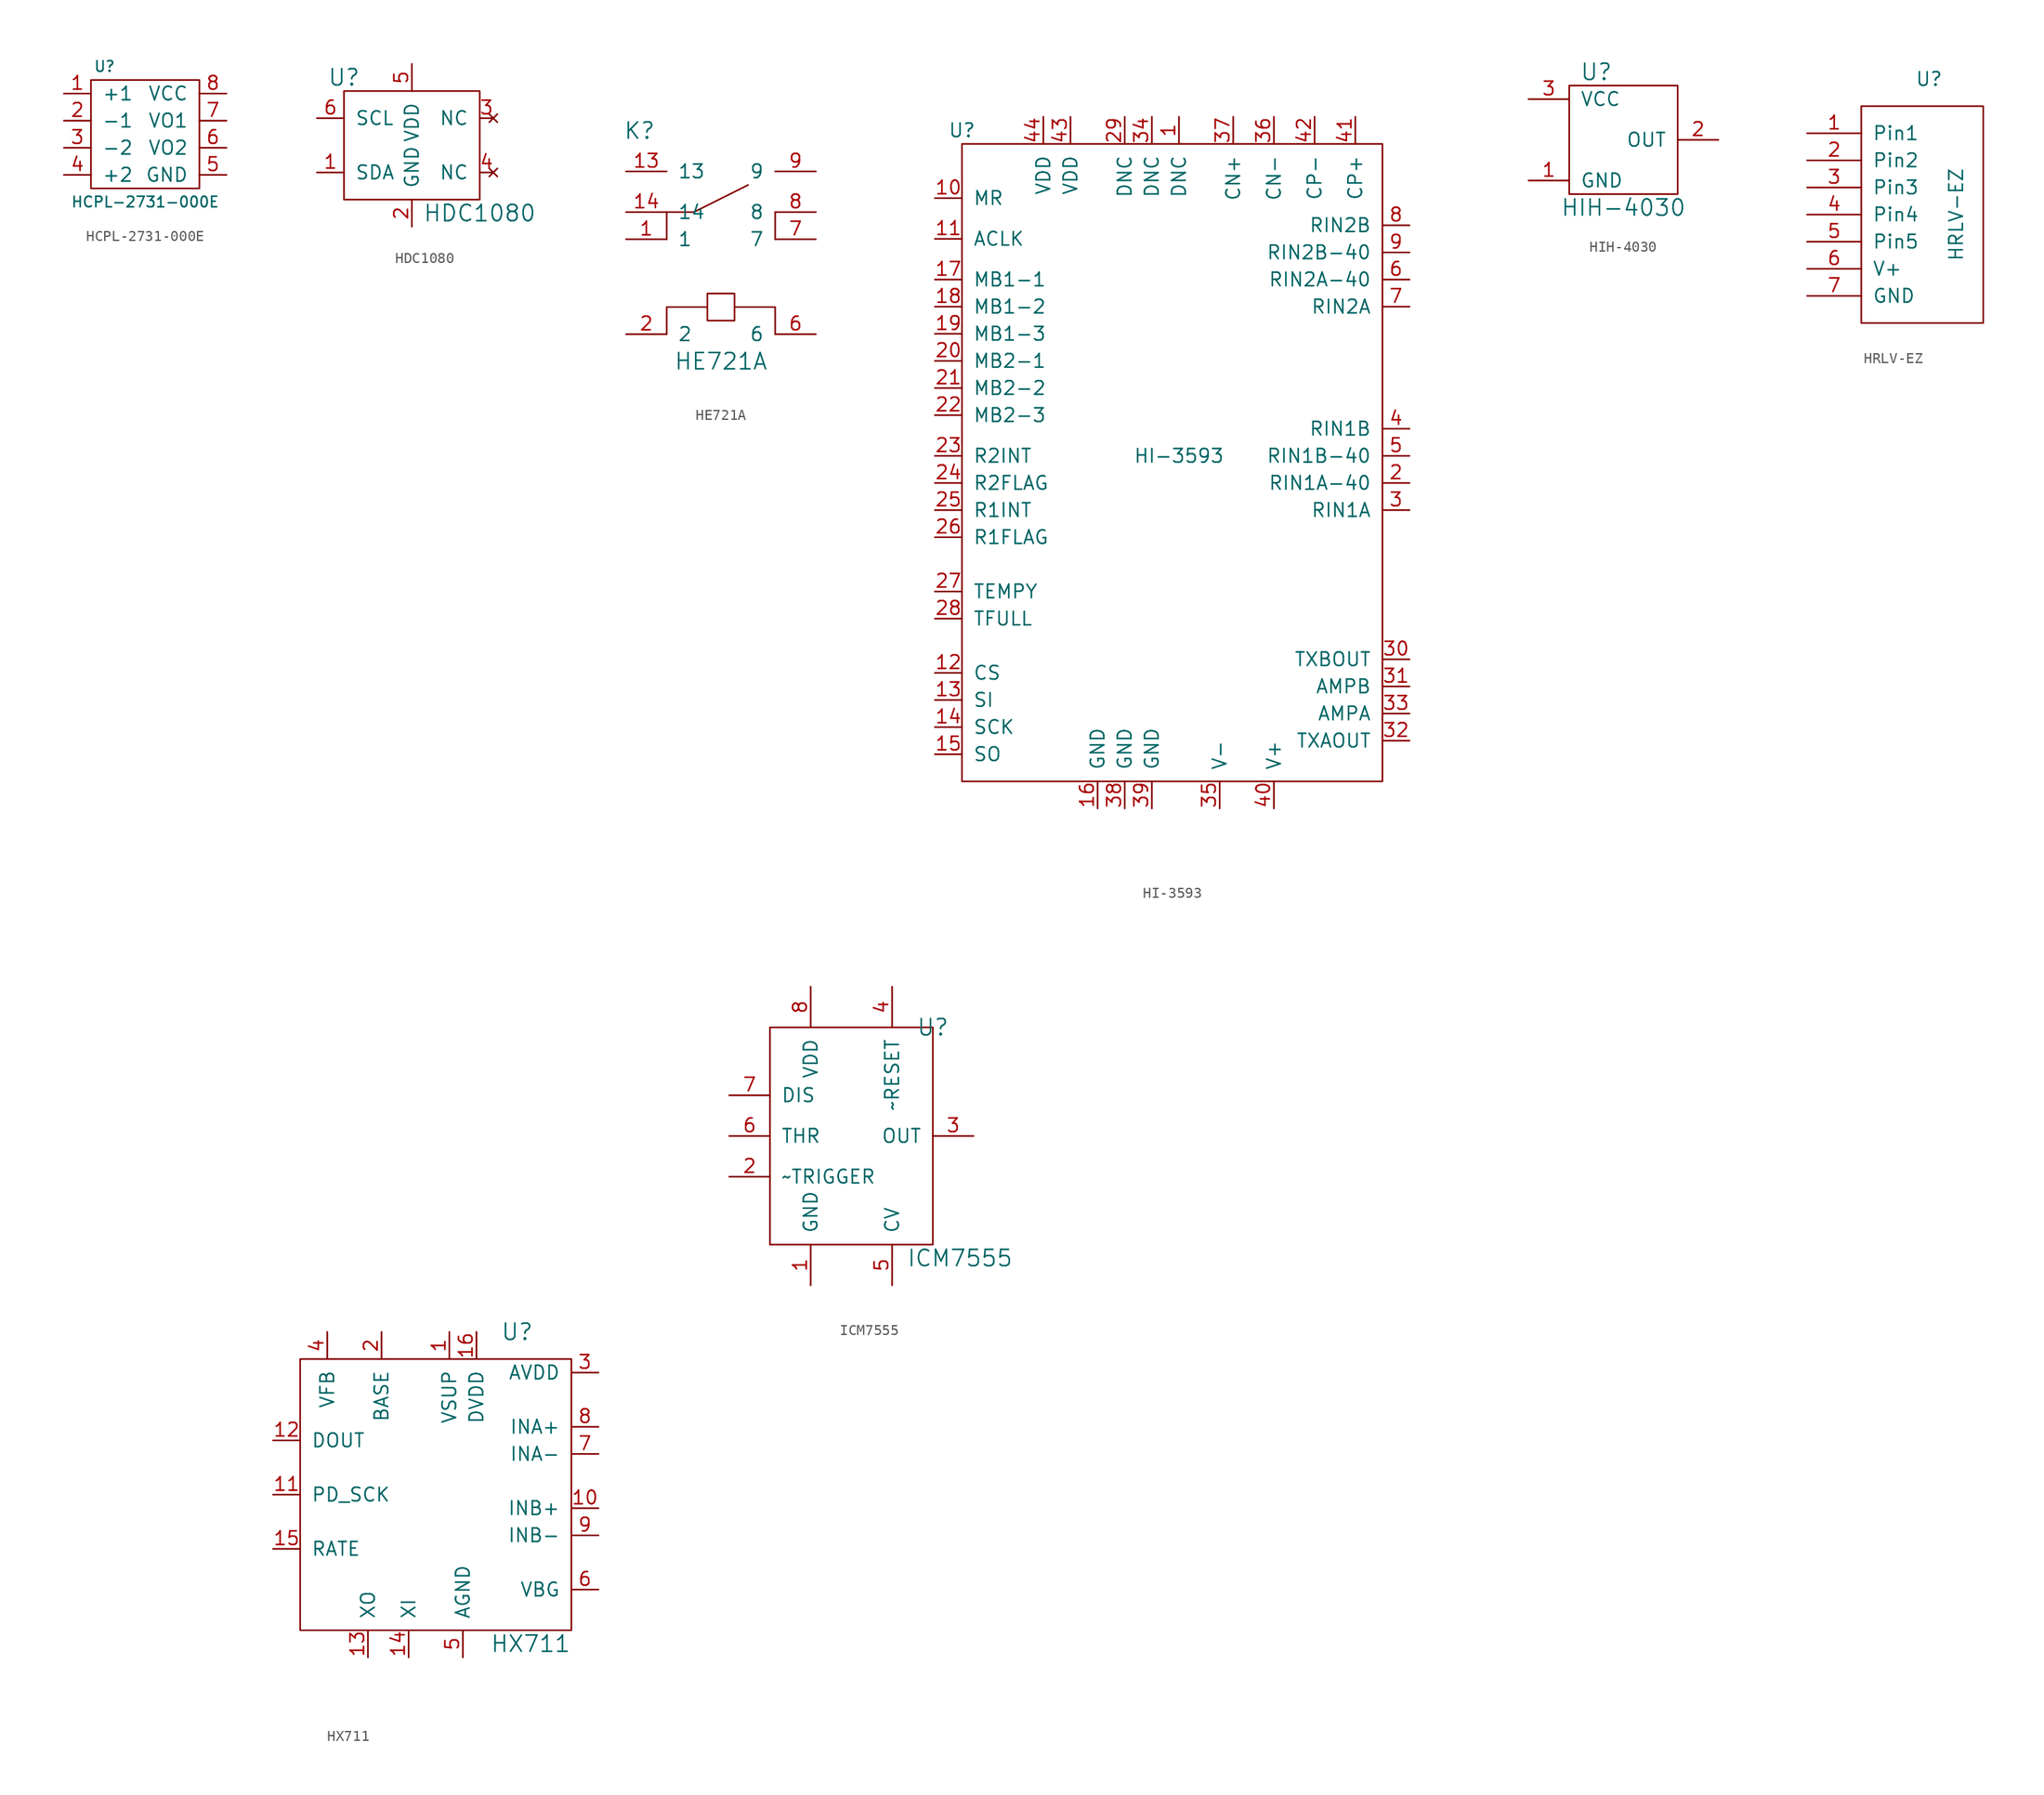
<source format=kicad_sym>
(kicad_symbol_lib
  (version 20210619)
  (generator kicad_symbol_editor)
  (symbol "tinkerforge:HCPL-2731-000E"
    (pin_names
      (offset 1.016))
    (property "Reference" "U"
      (at -3.81 6.35 0)
      (effects (font (size 0.991 0.991))))
    (property "Value" "HCPL-2731-000E"
      (at 0 -6.35 0)
      (effects (font (size 0.991 0.991))))
    (symbol "HCPL-2731-000E_0_1"
      (rectangle (start -5.08 5.08) (end 5.08 -5.08) (stroke (width 0)) (fill (type none))))
    (symbol "HCPL-2731-000E_1_1"
      (pin passive line (at -7.62 3.81 0) (length 2.54) (name "+1" (effects (font (size 1.27 1.27)))) (number "1" (effects (font (size 1.27 1.27)))))
      (pin passive line (at -7.62 1.27 0) (length 2.54) (name "-1" (effects (font (size 1.27 1.27)))) (number "2" (effects (font (size 1.27 1.27)))))
      (pin passive line (at -7.62 -1.27 0) (length 2.54) (name "-2" (effects (font (size 1.27 1.27)))) (number "3" (effects (font (size 1.27 1.27)))))
      (pin passive line (at -7.62 -3.81 0) (length 2.54) (name "+2" (effects (font (size 1.27 1.27)))) (number "4" (effects (font (size 1.27 1.27)))))
      (pin passive line (at 7.62 -3.81 180) (length 2.54) (name "GND" (effects (font (size 1.27 1.27)))) (number "5" (effects (font (size 1.27 1.27)))))
      (pin passive line (at 7.62 -1.27 180) (length 2.54) (name "VO2" (effects (font (size 1.27 1.27)))) (number "6" (effects (font (size 1.27 1.27)))))
      (pin passive line (at 7.62 1.27 180) (length 2.54) (name "VO1" (effects (font (size 1.27 1.27)))) (number "7" (effects (font (size 1.27 1.27)))))
      (pin passive line (at 7.62 3.81 180) (length 2.54) (name "VCC" (effects (font (size 1.27 1.27)))) (number "8" (effects (font (size 1.27 1.27)))))))
  (symbol "tinkerforge:HDC1080"
    (pin_names
      (offset 1.016))
    (property "Reference" "U"
      (at -6.35 6.35 0)
      (effects (font (size 1.524 1.524))))
    (property "Value" "HDC1080"
      (at 6.35 -6.35 0)
      (effects (font (size 1.524 1.524))))
    (property "Footprint" ""
      (at 0 0 0)
      (effects (font (size 1.524 1.524))))
    (property "Datasheet" ""
      (at 0 0 0)
      (effects (font (size 1.524 1.524))))
    (symbol "HDC1080_0_1"
      (rectangle (start -6.35 5.08) (end 6.35 -5.08) (stroke (width 0)) (fill (type none))))
    (symbol "HDC1080_1_1"
      (pin passive line (at -8.89 -2.54 0) (length 2.54) (name "SDA" (effects (font (size 1.27 1.27)))) (number "1" (effects (font (size 1.27 1.27)))))
      (pin passive line (at 0 -7.62 90) (length 2.54) (name "GND" (effects (font (size 1.27 1.27)))) (number "2" (effects (font (size 1.27 1.27)))))
      (pin no_connect line (at 7.62 2.54 180) (length 1.27) (name "NC" (effects (font (size 1.27 1.27)))) (number "3" (effects (font (size 1.27 1.27)))))
      (pin no_connect line (at 7.62 -2.54 180) (length 1.27) (name "NC" (effects (font (size 1.27 1.27)))) (number "4" (effects (font (size 1.27 1.27)))))
      (pin passive line (at 0 7.62 270) (length 2.54) (name "VDD" (effects (font (size 1.27 1.27)))) (number "5" (effects (font (size 1.27 1.27)))))
      (pin passive line (at -8.89 2.54 0) (length 2.54) (name "SCL" (effects (font (size 1.27 1.27)))) (number "6" (effects (font (size 1.27 1.27)))))))
  (symbol "tinkerforge:HE721A"
    (pin_names
      (offset 1.016))
    (property "Reference" "K"
      (at -7.62 -5.08 0)
      (effects (font (size 1.524 1.524))))
    (property "Value" "HE721A"
      (at 0 -26.67 0)
      (effects (font (size 1.524 1.524))))
    (property "Footprint" ""
      (at 0 0 0)
      (effects (font (size 1.524 1.524))))
    (property "Datasheet" ""
      (at 0 0 0)
      (effects (font (size 1.524 1.524))))
    (symbol "HE721A_0_1"
      (polyline (pts (xy -5.08 -12.7) (xy -5.08 -15.24) (xy -5.08 -15.24)) (stroke (width 0)) (fill (type none)))
      (polyline (pts (xy 5.08 -12.7) (xy 5.08 -15.24) (xy 5.08 -15.24)) (stroke (width 0)) (fill (type none)))
      (polyline (pts (xy 1.27 -21.59) (xy 5.08 -21.59) (xy 5.08 -24.13) (xy 5.08 -24.13)) (stroke (width 0)) (fill (type none)))
      (polyline (pts (xy -5.08 -12.7) (xy -2.54 -12.7) (xy 2.54 -10.16) (xy 2.54 -10.16) (xy 2.54 -10.16)) (stroke (width 0)) (fill (type none)))
      (polyline (pts (xy -5.08 -24.13) (xy -5.08 -21.59) (xy -1.27 -21.59) (xy -1.27 -20.32) (xy 1.27 -20.32) (xy 1.27 -22.86) (xy -1.27 -22.86) (xy -1.27 -21.59) (xy -1.27 -21.59)) (stroke (width 0)) (fill (type none))))
    (symbol "HE721A_1_1"
      (pin passive line (at -8.89 -15.24 0) (length 3.81) (name "1" (effects (font (size 1.27 1.27)))) (number "1" (effects (font (size 1.27 1.27)))))
      (pin passive line (at -8.89 -8.89 0) (length 3.81) (name "13" (effects (font (size 1.27 1.27)))) (number "13" (effects (font (size 1.27 1.27)))))
      (pin passive line (at -8.89 -12.7 0) (length 3.81) (name "14" (effects (font (size 1.27 1.27)))) (number "14" (effects (font (size 1.27 1.27)))))
      (pin passive line (at -8.89 -24.13 0) (length 3.81) (name "2" (effects (font (size 1.27 1.27)))) (number "2" (effects (font (size 1.27 1.27)))))
      (pin passive line (at 8.89 -24.13 180) (length 3.81) (name "6" (effects (font (size 1.27 1.27)))) (number "6" (effects (font (size 1.27 1.27)))))
      (pin passive line (at 8.89 -15.24 180) (length 3.81) (name "7" (effects (font (size 1.27 1.27)))) (number "7" (effects (font (size 1.27 1.27)))))
      (pin passive line (at 8.89 -12.7 180) (length 3.81) (name "8" (effects (font (size 1.27 1.27)))) (number "8" (effects (font (size 1.27 1.27)))))
      (pin passive line (at 8.89 -8.89 180) (length 3.81) (name "9" (effects (font (size 1.27 1.27)))) (number "9" (effects (font (size 1.27 1.27)))))))
  (symbol "tinkerforge:HI-3593"
    (pin_names
      (offset 1.016))
    (property "Reference" "U"
      (at -20.32 30.48 0)
      (effects (font (size 1.27 1.27))))
    (property "Value" "HI-3593"
      (at 0 0 0)
      (effects (font (size 1.27 1.27))))
    (symbol "HI-3593_0_1"
      (rectangle (start -20.32 29.21) (end 19.05 -30.48) (stroke (width 0)) (fill (type none))))
    (symbol "HI-3593_1_1"
      (pin input line (at 0 31.75 270) (length 2.54) (name "DNC" (effects (font (size 1.27 1.27)))) (number "1" (effects (font (size 1.27 1.27)))))
      (pin input line (at -22.86 24.13 0) (length 2.54) (name "MR" (effects (font (size 1.27 1.27)))) (number "10" (effects (font (size 1.27 1.27)))))
      (pin input line (at -22.86 20.32 0) (length 2.54) (name "ACLK" (effects (font (size 1.27 1.27)))) (number "11" (effects (font (size 1.27 1.27)))))
      (pin input line (at -22.86 -20.32 0) (length 2.54) (name "CS" (effects (font (size 1.27 1.27)))) (number "12" (effects (font (size 1.27 1.27)))))
      (pin input line (at -22.86 -22.86 0) (length 2.54) (name "SI" (effects (font (size 1.27 1.27)))) (number "13" (effects (font (size 1.27 1.27)))))
      (pin input line (at -22.86 -25.4 0) (length 2.54) (name "SCK" (effects (font (size 1.27 1.27)))) (number "14" (effects (font (size 1.27 1.27)))))
      (pin input line (at -22.86 -27.94 0) (length 2.54) (name "SO" (effects (font (size 1.27 1.27)))) (number "15" (effects (font (size 1.27 1.27)))))
      (pin input line (at -7.62 -33.02 90) (length 2.54) (name "GND" (effects (font (size 1.27 1.27)))) (number "16" (effects (font (size 1.27 1.27)))))
      (pin input line (at -22.86 16.51 0) (length 2.54) (name "MB1-1" (effects (font (size 1.27 1.27)))) (number "17" (effects (font (size 1.27 1.27)))))
      (pin input line (at -22.86 13.97 0) (length 2.54) (name "MB1-2" (effects (font (size 1.27 1.27)))) (number "18" (effects (font (size 1.27 1.27)))))
      (pin input line (at -22.86 11.43 0) (length 2.54) (name "MB1-3" (effects (font (size 1.27 1.27)))) (number "19" (effects (font (size 1.27 1.27)))))
      (pin input line (at 21.59 -2.54 180) (length 2.54) (name "RIN1A-40" (effects (font (size 1.27 1.27)))) (number "2" (effects (font (size 1.27 1.27)))))
      (pin input line (at -22.86 8.89 0) (length 2.54) (name "MB2-1" (effects (font (size 1.27 1.27)))) (number "20" (effects (font (size 1.27 1.27)))))
      (pin input line (at -22.86 6.35 0) (length 2.54) (name "MB2-2" (effects (font (size 1.27 1.27)))) (number "21" (effects (font (size 1.27 1.27)))))
      (pin input line (at -22.86 3.81 0) (length 2.54) (name "MB2-3" (effects (font (size 1.27 1.27)))) (number "22" (effects (font (size 1.27 1.27)))))
      (pin input line (at -22.86 0 0) (length 2.54) (name "R2INT" (effects (font (size 1.27 1.27)))) (number "23" (effects (font (size 1.27 1.27)))))
      (pin input line (at -22.86 -2.54 0) (length 2.54) (name "R2FLAG" (effects (font (size 1.27 1.27)))) (number "24" (effects (font (size 1.27 1.27)))))
      (pin input line (at -22.86 -5.08 0) (length 2.54) (name "R1INT" (effects (font (size 1.27 1.27)))) (number "25" (effects (font (size 1.27 1.27)))))
      (pin input line (at -22.86 -7.62 0) (length 2.54) (name "R1FLAG" (effects (font (size 1.27 1.27)))) (number "26" (effects (font (size 1.27 1.27)))))
      (pin input line (at -22.86 -12.7 0) (length 2.54) (name "TEMPY" (effects (font (size 1.27 1.27)))) (number "27" (effects (font (size 1.27 1.27)))))
      (pin input line (at -22.86 -15.24 0) (length 2.54) (name "TFULL" (effects (font (size 1.27 1.27)))) (number "28" (effects (font (size 1.27 1.27)))))
      (pin input line (at -5.08 31.75 270) (length 2.54) (name "DNC" (effects (font (size 1.27 1.27)))) (number "29" (effects (font (size 1.27 1.27)))))
      (pin input line (at 21.59 -5.08 180) (length 2.54) (name "RIN1A" (effects (font (size 1.27 1.27)))) (number "3" (effects (font (size 1.27 1.27)))))
      (pin input line (at 21.59 -19.05 180) (length 2.54) (name "TXBOUT" (effects (font (size 1.27 1.27)))) (number "30" (effects (font (size 1.27 1.27)))))
      (pin input line (at 21.59 -21.59 180) (length 2.54) (name "AMPB" (effects (font (size 1.27 1.27)))) (number "31" (effects (font (size 1.27 1.27)))))
      (pin input line (at 21.59 -26.67 180) (length 2.54) (name "TXAOUT" (effects (font (size 1.27 1.27)))) (number "32" (effects (font (size 1.27 1.27)))))
      (pin input line (at 21.59 -24.13 180) (length 2.54) (name "AMPA" (effects (font (size 1.27 1.27)))) (number "33" (effects (font (size 1.27 1.27)))))
      (pin input line (at -2.54 31.75 270) (length 2.54) (name "DNC" (effects (font (size 1.27 1.27)))) (number "34" (effects (font (size 1.27 1.27)))))
      (pin input line (at 3.81 -33.02 90) (length 2.54) (name "V-" (effects (font (size 1.27 1.27)))) (number "35" (effects (font (size 1.27 1.27)))))
      (pin input line (at 8.89 31.75 270) (length 2.54) (name "CN-" (effects (font (size 1.27 1.27)))) (number "36" (effects (font (size 1.27 1.27)))))
      (pin input line (at 5.08 31.75 270) (length 2.54) (name "CN+" (effects (font (size 1.27 1.27)))) (number "37" (effects (font (size 1.27 1.27)))))
      (pin input line (at -5.08 -33.02 90) (length 2.54) (name "GND" (effects (font (size 1.27 1.27)))) (number "38" (effects (font (size 1.27 1.27)))))
      (pin input line (at -2.54 -33.02 90) (length 2.54) (name "GND" (effects (font (size 1.27 1.27)))) (number "39" (effects (font (size 1.27 1.27)))))
      (pin input line (at 21.59 2.54 180) (length 2.54) (name "RIN1B" (effects (font (size 1.27 1.27)))) (number "4" (effects (font (size 1.27 1.27)))))
      (pin input line (at 8.89 -33.02 90) (length 2.54) (name "V+" (effects (font (size 1.27 1.27)))) (number "40" (effects (font (size 1.27 1.27)))))
      (pin input line (at 16.51 31.75 270) (length 2.54) (name "CP+" (effects (font (size 1.27 1.27)))) (number "41" (effects (font (size 1.27 1.27)))))
      (pin input line (at 12.7 31.75 270) (length 2.54) (name "CP-" (effects (font (size 1.27 1.27)))) (number "42" (effects (font (size 1.27 1.27)))))
      (pin input line (at -10.16 31.75 270) (length 2.54) (name "VDD" (effects (font (size 1.27 1.27)))) (number "43" (effects (font (size 1.27 1.27)))))
      (pin input line (at -12.7 31.75 270) (length 2.54) (name "VDD" (effects (font (size 1.27 1.27)))) (number "44" (effects (font (size 1.27 1.27)))))
      (pin input line (at 21.59 0 180) (length 2.54) (name "RIN1B-40" (effects (font (size 1.27 1.27)))) (number "5" (effects (font (size 1.27 1.27)))))
      (pin input line (at 21.59 16.51 180) (length 2.54) (name "RIN2A-40" (effects (font (size 1.27 1.27)))) (number "6" (effects (font (size 1.27 1.27)))))
      (pin input line (at 21.59 13.97 180) (length 2.54) (name "RIN2A" (effects (font (size 1.27 1.27)))) (number "7" (effects (font (size 1.27 1.27)))))
      (pin input line (at 21.59 21.59 180) (length 2.54) (name "RIN2B" (effects (font (size 1.27 1.27)))) (number "8" (effects (font (size 1.27 1.27)))))
      (pin input line (at 21.59 19.05 180) (length 2.54) (name "RIN2B-40" (effects (font (size 1.27 1.27)))) (number "9" (effects (font (size 1.27 1.27)))))))
  (symbol "tinkerforge:HIH-4030"
    (pin_names
      (offset 1.016))
    (property "Reference" "U"
      (at -2.54 6.35 0)
      (effects (font (size 1.524 1.524))))
    (property "Value" "HIH-4030"
      (at 0 -6.35 0)
      (effects (font (size 1.524 1.524))))
    (property "Footprint" ""
      (at 0 0 0)
      (effects (font (size 1.524 1.524))))
    (property "Datasheet" ""
      (at 0 0 0)
      (effects (font (size 1.524 1.524))))
    (symbol "HIH-4030_1_1"
      (rectangle (start -5.08 5.08) (end 5.08 -5.08) (stroke (width 0)) (fill (type none)))
      (pin passive line (at -8.89 -3.81 0) (length 3.81) (name "GND" (effects (font (size 1.27 1.27)))) (number "1" (effects (font (size 1.27 1.27)))))
      (pin passive line (at 8.89 0 180) (length 3.81) (name "OUT" (effects (font (size 1.27 1.27)))) (number "2" (effects (font (size 1.27 1.27)))))
      (pin passive line (at -8.89 3.81 0) (length 3.81) (name "VCC" (effects (font (size 1.27 1.27)))) (number "3" (effects (font (size 1.27 1.27)))))))
  (symbol "tinkerforge:HRLV-EZ"
    (pin_names
      (offset 1.016))
    (property "Reference" "U"
      (at 0 11.43 0)
      (effects (font (size 1.27 1.27))))
    (property "Value" "HRLV-EZ"
      (at 2.54 -1.27 90)
      (effects (font (size 1.27 1.27))))
    (symbol "HRLV-EZ_0_1"
      (rectangle (start -6.35 8.89) (end 5.08 -11.43) (stroke (width 0)) (fill (type none))))
    (symbol "HRLV-EZ_1_1"
      (pin input line (at -11.43 6.35 0) (length 5.08) (name "Pin1" (effects (font (size 1.27 1.27)))) (number "1" (effects (font (size 1.27 1.27)))))
      (pin input line (at -11.43 3.81 0) (length 5.08) (name "Pin2" (effects (font (size 1.27 1.27)))) (number "2" (effects (font (size 1.27 1.27)))))
      (pin input line (at -11.43 1.27 0) (length 5.08) (name "Pin3" (effects (font (size 1.27 1.27)))) (number "3" (effects (font (size 1.27 1.27)))))
      (pin input line (at -11.43 -1.27 0) (length 5.08) (name "Pin4" (effects (font (size 1.27 1.27)))) (number "4" (effects (font (size 1.27 1.27)))))
      (pin input line (at -11.43 -3.81 0) (length 5.08) (name "Pin5" (effects (font (size 1.27 1.27)))) (number "5" (effects (font (size 1.27 1.27)))))
      (pin input line (at -11.43 -6.35 0) (length 5.08) (name "V+" (effects (font (size 1.27 1.27)))) (number "6" (effects (font (size 1.27 1.27)))))
      (pin input line (at -11.43 -8.89 0) (length 5.08) (name "GND" (effects (font (size 1.27 1.27)))) (number "7" (effects (font (size 1.27 1.27)))))))
  (symbol "tinkerforge:HX711"
    (pin_names
      (offset 1.016))
    (property "Reference" "U"
      (at 7.62 15.24 0)
      (effects (font (size 1.524 1.524))))
    (property "Value" "HX711"
      (at 8.89 -13.97 0)
      (effects (font (size 1.524 1.524))))
    (property "Footprint" ""
      (at -31.75 44.45 0)
      (effects (font (size 1.524 1.524))))
    (property "Datasheet" ""
      (at -31.75 44.45 0)
      (effects (font (size 1.524 1.524))))
    (symbol "HX711_0_1"
      (rectangle (start -12.7 12.7) (end 12.7 -12.7) (stroke (width 0)) (fill (type none))))
    (symbol "HX711_1_1"
      (pin input line (at 1.27 15.24 270) (length 2.54) (name "VSUP" (effects (font (size 1.27 1.27)))) (number "1" (effects (font (size 1.27 1.27)))))
      (pin input line (at 15.24 -1.27 180) (length 2.54) (name "INB+" (effects (font (size 1.27 1.27)))) (number "10" (effects (font (size 1.27 1.27)))))
      (pin input line (at -15.24 0 0) (length 2.54) (name "PD_SCK" (effects (font (size 1.27 1.27)))) (number "11" (effects (font (size 1.27 1.27)))))
      (pin input line (at -15.24 5.08 0) (length 2.54) (name "DOUT" (effects (font (size 1.27 1.27)))) (number "12" (effects (font (size 1.27 1.27)))))
      (pin input line (at -6.35 -15.24 90) (length 2.54) (name "XO" (effects (font (size 1.27 1.27)))) (number "13" (effects (font (size 1.27 1.27)))))
      (pin input line (at -2.54 -15.24 90) (length 2.54) (name "XI" (effects (font (size 1.27 1.27)))) (number "14" (effects (font (size 1.27 1.27)))))
      (pin input line (at -15.24 -5.08 0) (length 2.54) (name "RATE" (effects (font (size 1.27 1.27)))) (number "15" (effects (font (size 1.27 1.27)))))
      (pin input line (at 3.81 15.24 270) (length 2.54) (name "DVDD" (effects (font (size 1.27 1.27)))) (number "16" (effects (font (size 1.27 1.27)))))
      (pin input line (at -5.08 15.24 270) (length 2.54) (name "BASE" (effects (font (size 1.27 1.27)))) (number "2" (effects (font (size 1.27 1.27)))))
      (pin input line (at 15.24 11.43 180) (length 2.54) (name "AVDD" (effects (font (size 1.27 1.27)))) (number "3" (effects (font (size 1.27 1.27)))))
      (pin input line (at -10.16 15.24 270) (length 2.54) (name "VFB" (effects (font (size 1.27 1.27)))) (number "4" (effects (font (size 1.27 1.27)))))
      (pin input line (at 2.54 -15.24 90) (length 2.54) (name "AGND" (effects (font (size 1.27 1.27)))) (number "5" (effects (font (size 1.27 1.27)))))
      (pin input line (at 15.24 -8.89 180) (length 2.54) (name "VBG" (effects (font (size 1.27 1.27)))) (number "6" (effects (font (size 1.27 1.27)))))
      (pin input line (at 15.24 3.81 180) (length 2.54) (name "INA-" (effects (font (size 1.27 1.27)))) (number "7" (effects (font (size 1.27 1.27)))))
      (pin input line (at 15.24 6.35 180) (length 2.54) (name "INA+" (effects (font (size 1.27 1.27)))) (number "8" (effects (font (size 1.27 1.27)))))
      (pin input line (at 15.24 -3.81 180) (length 2.54) (name "INB-" (effects (font (size 1.27 1.27)))) (number "9" (effects (font (size 1.27 1.27)))))))
  (symbol "tinkerforge:ICM7555"
    (pin_names
      (offset 1.016))
    (property "Reference" "U"
      (at 7.62 10.16 0)
      (effects (font (size 1.524 1.524))))
    (property "Value" "ICM7555"
      (at 10.16 -11.43 0)
      (effects (font (size 1.524 1.524))))
    (property "Footprint" ""
      (at 1.27 0 0)
      (effects (font (size 1.524 1.524))))
    (property "Datasheet" ""
      (at 1.27 0 0)
      (effects (font (size 1.524 1.524))))
    (symbol "ICM7555_0_1"
      (rectangle (start -7.62 10.16) (end 7.62 -10.16) (stroke (width 0)) (fill (type none))))
    (symbol "ICM7555_1_1"
      (pin passive line (at -3.81 -13.97 90) (length 3.81) (name "GND" (effects (font (size 1.27 1.27)))) (number "1" (effects (font (size 1.27 1.27)))))
      (pin passive line (at -11.43 -3.81 0) (length 3.81) (name "~TRIGGER" (effects (font (size 1.27 1.27)))) (number "2" (effects (font (size 1.27 1.27)))))
      (pin passive line (at 11.43 0 180) (length 3.81) (name "OUT" (effects (font (size 1.27 1.27)))) (number "3" (effects (font (size 1.27 1.27)))))
      (pin passive line (at 3.81 13.97 270) (length 3.81) (name "~RESET" (effects (font (size 1.27 1.27)))) (number "4" (effects (font (size 1.27 1.27)))))
      (pin passive line (at 3.81 -13.97 90) (length 3.81) (name "CV" (effects (font (size 1.27 1.27)))) (number "5" (effects (font (size 1.27 1.27)))))
      (pin passive line (at -11.43 0 0) (length 3.81) (name "THR" (effects (font (size 1.27 1.27)))) (number "6" (effects (font (size 1.27 1.27)))))
      (pin passive line (at -11.43 3.81 0) (length 3.81) (name "DIS" (effects (font (size 1.27 1.27)))) (number "7" (effects (font (size 1.27 1.27)))))
      (pin passive line (at -3.81 13.97 270) (length 3.81) (name "VDD" (effects (font (size 1.27 1.27)))) (number "8" (effects (font (size 1.27 1.27))))))))
</source>
